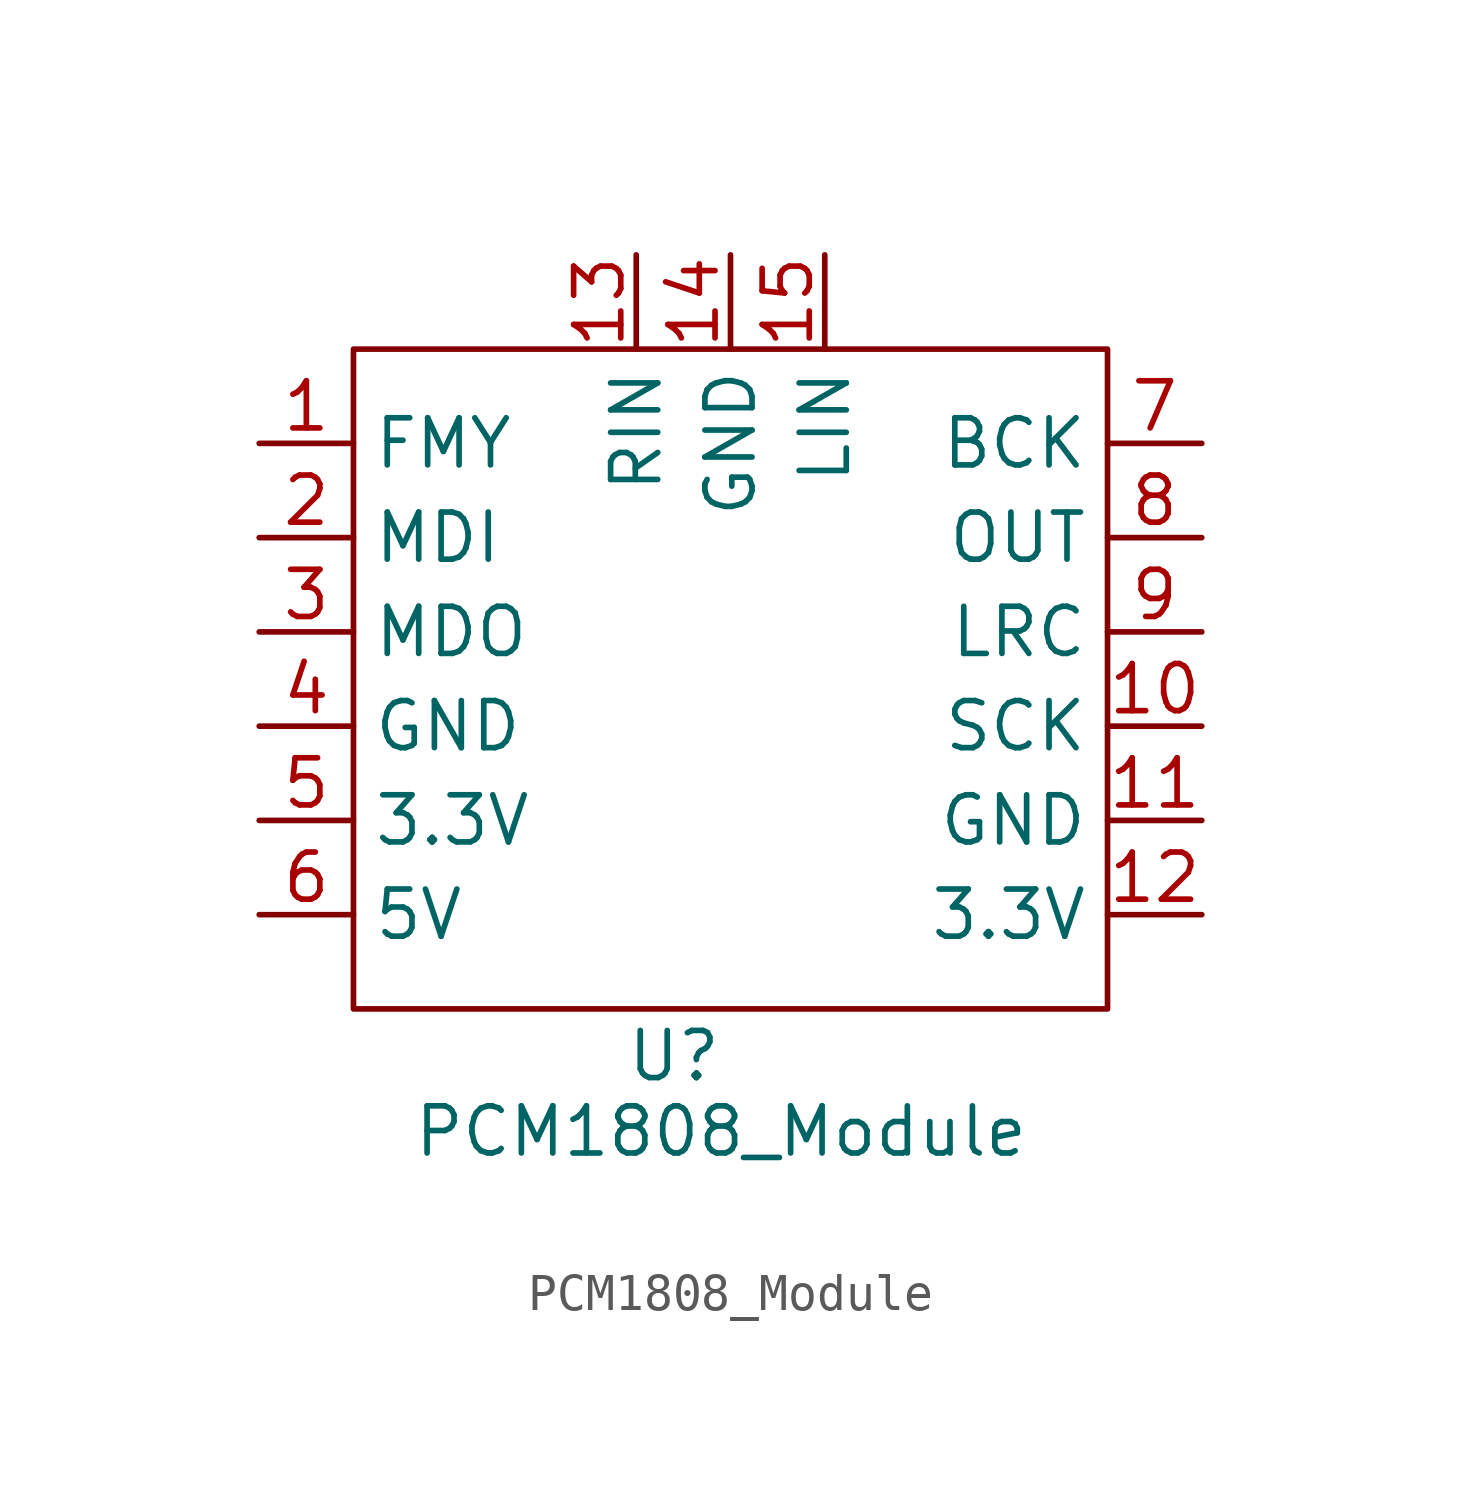
<source format=kicad_sym>
(kicad_symbol_lib
  (version 20231120)
  (generator "kicad_symbol_editor")
  (generator_version "8.0")
  (symbol "PCM1808_Module"
    (property "Reference" "U"
      (at 8.636 -1.27 0)
      (effects (font (size 1.27 1.27))))
    (property "Value" "PCM1808_Module"
      (at 9.906 -3.302 0)
      (effects (font (size 1.27 1.27))))
    (symbol "PCM1808_Module_1_1"
      (rectangle (start 0 17.78) (end 20.32 0) (stroke (width 0) (type default)) (fill (type none)))
      (pin input line (at -2.54 15.24 0) (length 2.54) (name "FMY" (effects (font (size 1.27 1.27)))) (number "1" (effects (font (size 1.27 1.27)))))
      (pin input line (at 22.86 7.62 180) (length 2.54) (name "SCK" (effects (font (size 1.27 1.27)))) (number "10" (effects (font (size 1.27 1.27)))))
      (pin power_in line (at 22.86 5.08 180) (length 2.54) (name "GND" (effects (font (size 1.27 1.27)))) (number "11" (effects (font (size 1.27 1.27)))))
      (pin power_in line (at 22.86 2.54 180) (length 2.54) (name "3.3V" (effects (font (size 1.27 1.27)))) (number "12" (effects (font (size 1.27 1.27)))))
      (pin input line (at 7.62 20.32 270) (length 2.54) (name "RIN" (effects (font (size 1.27 1.27)))) (number "13" (effects (font (size 1.27 1.27)))))
      (pin input line (at 10.16 20.32 270) (length 2.54) (name "GND" (effects (font (size 1.27 1.27)))) (number "14" (effects (font (size 1.27 1.27)))))
      (pin input line (at 12.7 20.32 270) (length 2.54) (name "LIN" (effects (font (size 1.27 1.27)))) (number "15" (effects (font (size 1.27 1.27)))))
      (pin input line (at -2.54 12.7 0) (length 2.54) (name "MDI" (effects (font (size 1.27 1.27)))) (number "2" (effects (font (size 1.27 1.27)))))
      (pin input line (at -2.54 10.16 0) (length 2.54) (name "MDO" (effects (font (size 1.27 1.27)))) (number "3" (effects (font (size 1.27 1.27)))))
      (pin power_in line (at -2.54 7.62 0) (length 2.54) (name "GND" (effects (font (size 1.27 1.27)))) (number "4" (effects (font (size 1.27 1.27)))))
      (pin power_in line (at -2.54 5.08 0) (length 2.54) (name "3.3V" (effects (font (size 1.27 1.27)))) (number "5" (effects (font (size 1.27 1.27)))))
      (pin power_in line (at -2.54 2.54 0) (length 2.54) (name "5V" (effects (font (size 1.27 1.27)))) (number "6" (effects (font (size 1.27 1.27)))))
      (pin input line (at 22.86 15.24 180) (length 2.54) (name "BCK" (effects (font (size 1.27 1.27)))) (number "7" (effects (font (size 1.27 1.27)))))
      (pin output line (at 22.86 12.7 180) (length 2.54) (name "OUT" (effects (font (size 1.27 1.27)))) (number "8" (effects (font (size 1.27 1.27)))))
      (pin input line (at 22.86 10.16 180) (length 2.54) (name "LRC" (effects (font (size 1.27 1.27)))) (number "9" (effects (font (size 1.27 1.27))))))))
</source>
